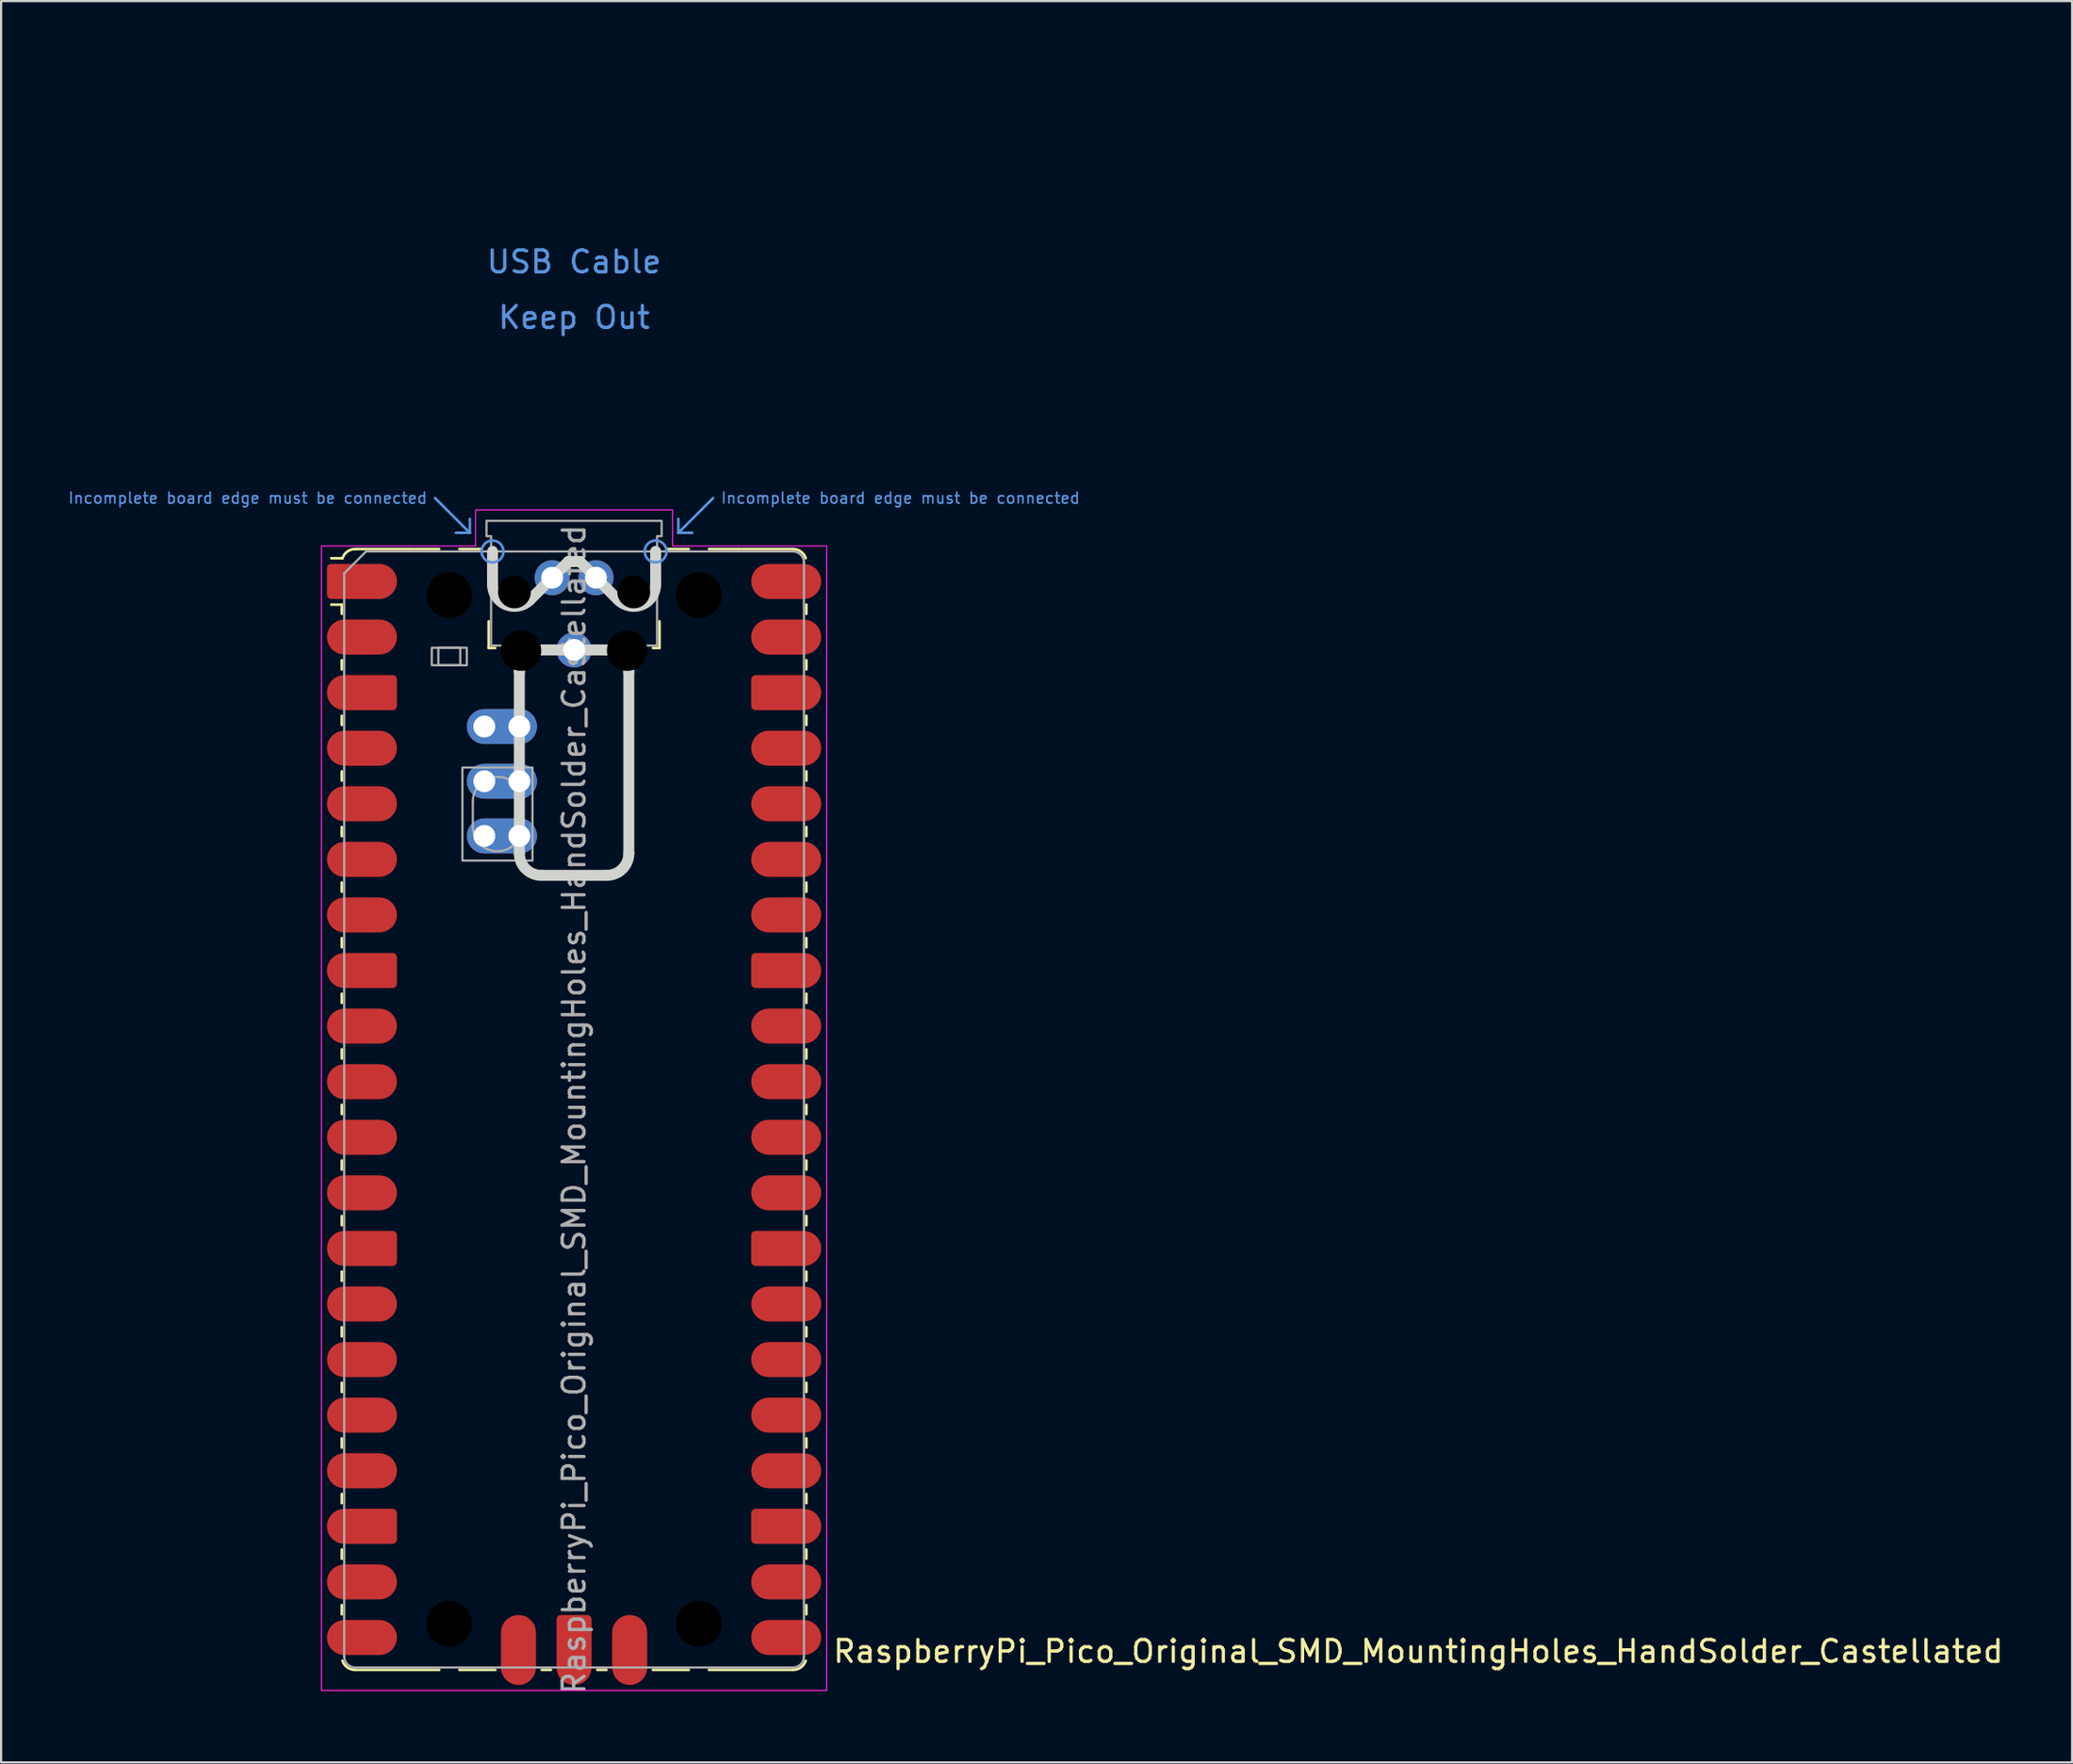
<source format=kicad_pcb>
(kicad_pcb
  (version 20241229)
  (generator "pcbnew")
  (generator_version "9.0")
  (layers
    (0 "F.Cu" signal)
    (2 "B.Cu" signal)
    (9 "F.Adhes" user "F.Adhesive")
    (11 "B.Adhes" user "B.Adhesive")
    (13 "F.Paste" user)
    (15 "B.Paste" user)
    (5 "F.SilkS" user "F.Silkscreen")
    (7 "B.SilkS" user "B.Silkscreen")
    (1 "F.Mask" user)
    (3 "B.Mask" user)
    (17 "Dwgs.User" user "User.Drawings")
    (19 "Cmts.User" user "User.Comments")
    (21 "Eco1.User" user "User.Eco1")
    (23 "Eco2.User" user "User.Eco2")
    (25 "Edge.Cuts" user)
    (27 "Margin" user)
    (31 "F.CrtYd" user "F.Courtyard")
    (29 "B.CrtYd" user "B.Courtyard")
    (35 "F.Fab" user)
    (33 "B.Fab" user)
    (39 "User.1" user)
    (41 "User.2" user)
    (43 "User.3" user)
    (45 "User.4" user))
  (footprint "RaspberryPi_Pico_Original_SMD_MountingHoles_HandSolder_Castellated"
    (layer "F.Cu")
    (at 23.173 47.65)
    (property "Reference" "RaspberryPi_Pico_Original_SMD_MountingHoles_HandSolder_Castellated" (at 11.748 24.765 0) (unlocked yes) (layer "F.SilkS") (effects (font (size 1 1) (thickness 0.15)) (justify left)))
    (attr smd)
    (fp_line (start -10.61 -23.07) (end -11.09 -23.07) (stroke (width 0.12) (type solid)) (layer "F.SilkS"))
    (fp_line (start -10.61 -23.07) (end -10.61 -22.65) (stroke (width 0.12) (type solid)) (layer "F.SilkS"))
    (fp_line (start -10.61 -20.53) (end -10.61 -20.11) (stroke (width 0.12) (type solid)) (layer "F.SilkS"))
    (fp_line (start -10.61 -17.99) (end -10.61 -17.57) (stroke (width 0.12) (type solid)) (layer "F.SilkS"))
    (fp_line (start -10.61 -15.45) (end -10.61 -15.03) (stroke (width 0.12) (type solid)) (layer "F.SilkS"))
    (fp_line (start -10.61 -12.91) (end -10.61 -12.49) (stroke (width 0.12) (type solid)) (layer "F.SilkS"))
    (fp_line (start -10.61 -10.37) (end -10.61 -9.95) (stroke (width 0.12) (type solid)) (layer "F.SilkS"))
    (fp_line (start -10.61 -7.83) (end -10.61 -7.41) (stroke (width 0.12) (type solid)) (layer "F.SilkS"))
    (fp_line (start -10.61 -5.29) (end -10.61 -4.87) (stroke (width 0.12) (type solid)) (layer "F.SilkS"))
    (fp_line (start -10.61 -2.75) (end -10.61 -2.33) (stroke (width 0.12) (type solid)) (layer "F.SilkS"))
    (fp_line (start -10.61 -0.21) (end -10.61 0.21) (stroke (width 0.12) (type solid)) (layer "F.SilkS"))
    (fp_line (start -10.61 2.33) (end -10.61 2.75) (stroke (width 0.12) (type solid)) (layer "F.SilkS"))
    (fp_line (start -10.61 4.87) (end -10.61 5.29) (stroke (width 0.12) (type solid)) (layer "F.SilkS"))
    (fp_line (start -10.61 7.41) (end -10.61 7.83) (stroke (width 0.12) (type solid)) (layer "F.SilkS"))
    (fp_line (start -10.61 9.95) (end -10.61 10.37) (stroke (width 0.12) (type solid)) (layer "F.SilkS"))
    (fp_line (start -10.61 12.49) (end -10.61 12.91) (stroke (width 0.12) (type solid)) (layer "F.SilkS"))
    (fp_line (start -10.61 15.03) (end -10.61 15.45) (stroke (width 0.12) (type solid)) (layer "F.SilkS"))
    (fp_line (start -10.61 17.57) (end -10.61 17.99) (stroke (width 0.12) (type solid)) (layer "F.SilkS"))
    (fp_line (start -10.61 20.11) (end -10.61 20.53) (stroke (width 0.12) (type solid)) (layer "F.SilkS"))
    (fp_line (start -10.61 22.65) (end -10.61 23.07) (stroke (width 0.12) (type solid)) (layer "F.SilkS"))
    (fp_line (start -10.58 -25.19) (end -11.09 -25.19) (stroke (width 0.12) (type solid)) (layer "F.SilkS"))
    (fp_line (start -10 -25.61) (end -7.51 -25.61) (stroke (width 0.12) (type solid)) (layer "F.SilkS"))
    (fp_line (start -10 25.61) (end -6.162 25.61) (stroke (width 0.12) (type solid)) (layer "F.SilkS"))
    (fp_line (start -7.51 -25.61) (end -6.162 -25.61) (stroke (width 0.12) (type solid)) (layer "F.SilkS"))
    (fp_line (start -5.238 -25.61) (end -4.235 -25.61) (stroke (width 0.12) (type solid)) (layer "F.SilkS"))
    (fp_line (start -3.9 -22.306) (end -3.9 -21.09) (stroke (width 0.12) (type solid)) (layer "F.SilkS"))
    (fp_line (start -3.9 -21.09) (end -3.604 -21.09) (stroke (width 0.12) (type solid)) (layer "F.SilkS"))
    (fp_line (start -3.6 25.61) (end -5.238 25.61) (stroke (width 0.12) (type solid)) (layer "F.SilkS"))
    (fp_line (start -1.48 25.61) (end -1.06 25.61) (stroke (width 0.12) (type solid)) (layer "F.SilkS"))
    (fp_line (start 1.06 25.61) (end 1.48 25.61) (stroke (width 0.12) (type solid)) (layer "F.SilkS"))
    (fp_line (start 3.604 -21.09) (end 3.9 -21.09) (stroke (width 0.12) (type solid)) (layer "F.SilkS"))
    (fp_line (start 3.9 -22.306) (end 3.9 -21.09) (stroke (width 0.12) (type solid)) (layer "F.SilkS"))
    (fp_line (start 4.235 -25.61) (end 5.238 -25.61) (stroke (width 0.12) (type solid)) (layer "F.SilkS"))
    (fp_line (start 5.238 25.61) (end 3.6 25.61) (stroke (width 0.12) (type solid)) (layer "F.SilkS"))
    (fp_line (start 6.162 -25.61) (end 7.51 -25.61) (stroke (width 0.12) (type solid)) (layer "F.SilkS"))
    (fp_line (start 6.162 25.61) (end 10 25.61) (stroke (width 0.12) (type solid)) (layer "F.SilkS"))
    (fp_line (start 10 -25.61) (end 7.51 -25.61) (stroke (width 0.12) (type solid)) (layer "F.SilkS"))
    (fp_line (start 10.61 -23.07) (end 10.61 -22.65) (stroke (width 0.12) (type solid)) (layer "F.SilkS"))
    (fp_line (start 10.61 -20.53) (end 10.61 -20.11) (stroke (width 0.12) (type solid)) (layer "F.SilkS"))
    (fp_line (start 10.61 -17.99) (end 10.61 -17.57) (stroke (width 0.12) (type solid)) (layer "F.SilkS"))
    (fp_line (start 10.61 -15.45) (end 10.61 -15.03) (stroke (width 0.12) (type solid)) (layer "F.SilkS"))
    (fp_line (start 10.61 -12.91) (end 10.61 -12.49) (stroke (width 0.12) (type solid)) (layer "F.SilkS"))
    (fp_line (start 10.61 -10.37) (end 10.61 -9.95) (stroke (width 0.12) (type solid)) (layer "F.SilkS"))
    (fp_line (start 10.61 -7.83) (end 10.61 -7.41) (stroke (width 0.12) (type solid)) (layer "F.SilkS"))
    (fp_line (start 10.61 -5.29) (end 10.61 -4.87) (stroke (width 0.12) (type solid)) (layer "F.SilkS"))
    (fp_line (start 10.61 -2.75) (end 10.61 -2.33) (stroke (width 0.12) (type solid)) (layer "F.SilkS"))
    (fp_line (start 10.61 -0.21) (end 10.61 0.21) (stroke (width 0.12) (type solid)) (layer "F.SilkS"))
    (fp_line (start 10.61 2.33) (end 10.61 2.75) (stroke (width 0.12) (type solid)) (layer "F.SilkS"))
    (fp_line (start 10.61 4.87) (end 10.61 5.29) (stroke (width 0.12) (type solid)) (layer "F.SilkS"))
    (fp_line (start 10.61 7.41) (end 10.61 7.83) (stroke (width 0.12) (type solid)) (layer "F.SilkS"))
    (fp_line (start 10.61 9.95) (end 10.61 10.37) (stroke (width 0.12) (type solid)) (layer "F.SilkS"))
    (fp_line (start 10.61 12.49) (end 10.61 12.91) (stroke (width 0.12) (type solid)) (layer "F.SilkS"))
    (fp_line (start 10.61 15.03) (end 10.61 15.45) (stroke (width 0.12) (type solid)) (layer "F.SilkS"))
    (fp_line (start 10.61 17.57) (end 10.61 17.99) (stroke (width 0.12) (type solid)) (layer "F.SilkS"))
    (fp_line (start 10.61 20.11) (end 10.61 20.53) (stroke (width 0.12) (type solid)) (layer "F.SilkS"))
    (fp_line (start 10.61 22.65) (end 10.61 23.07) (stroke (width 0.12) (type solid)) (layer "F.SilkS"))
    (fp_arc (start -10.579676 -25.19) (mid -10.357938 -25.493944) (end -10 -25.61) (stroke (width 0.12) (type solid)) (layer "F.SilkS"))
    (fp_arc (start -10 25.61) (mid -10.357937 25.493944) (end -10.579676 25.189937) (stroke (width 0.12) (type solid)) (layer "F.SilkS"))
    (fp_arc (start 10 -25.61) (mid 10.357937 -25.493944) (end 10.579676 -25.189937) (stroke (width 0.12) (type solid)) (layer "F.SilkS"))
    (fp_arc (start 10.579676 25.189937) (mid 10.357958 25.493991) (end 10 25.61) (stroke (width 0.12) (type solid)) (layer "F.SilkS"))
    (fp_line (start -6.35 -27.94) (end -4.763 -26.352) (stroke (width 0.12) (type solid)) (layer "Cmts.User"))
    (fp_line (start -4.763 -26.352) (end -5.397 -26.352) (stroke (width 0.12) (type solid)) (layer "Cmts.User"))
    (fp_line (start -4.763 -26.352) (end -4.763 -26.988) (stroke (width 0.12) (type solid)) (layer "Cmts.User"))
    (fp_line (start 4.763 -26.352) (end 4.763 -26.988) (stroke (width 0.12) (type solid)) (layer "Cmts.User"))
    (fp_line (start 4.763 -26.352) (end 5.397 -26.352) (stroke (width 0.12) (type solid)) (layer "Cmts.User"))
    (fp_line (start 6.35 -27.94) (end 4.763 -26.352) (stroke (width 0.12) (type solid)) (layer "Cmts.User"))
    (fp_circle (center -3.725 -25.5) (end -3.225 -25.5) (stroke (width 0.12) (type solid)) (fill no) (layer "Cmts.User"))
    (fp_circle (center 3.725 -25.5) (end 3.225 -25.5) (stroke (width 0.12) (type solid)) (fill no) (layer "Cmts.User"))
    (fp_line (start -3.725 -23.989) (end -3.725 -25.5) (stroke (width 0.5) (type solid)) (layer "Edge.Cuts"))
    (fp_line (start -2.5 -20) (end -2.5 -11.7) (stroke (width 0.5) (type solid)) (layer "Edge.Cuts"))
    (fp_line (start -2.018 -23.282) (end -0.258 -25.042) (stroke (width 0.5) (type solid)) (layer "Edge.Cuts"))
    (fp_line (start 0.258 -25.042) (end -0.258 -25.042) (stroke (width 0.5) (type solid)) (layer "Edge.Cuts"))
    (fp_line (start 1.5 -21) (end -1.5 -21) (stroke (width 0.5) (type solid)) (layer "Edge.Cuts"))
    (fp_line (start 1.5 -10.7) (end -1.5 -10.7) (stroke (width 0.5) (type solid)) (layer "Edge.Cuts"))
    (fp_line (start 2.018 -23.282) (end 0.258 -25.042) (stroke (width 0.5) (type solid)) (layer "Edge.Cuts"))
    (fp_line (start 2.5 -11.7) (end 2.5 -20) (stroke (width 0.5) (type solid)) (layer "Edge.Cuts"))
    (fp_line (start 3.725 -23.989) (end 3.725 -25.5) (stroke (width 0.5) (type solid)) (layer "Edge.Cuts"))
    (fp_arc (start -2.5 -20) (mid -2.207118 -20.707118) (end -1.5 -21) (stroke (width 0.5) (type solid)) (layer "Edge.Cuts"))
    (fp_arc (start -2.017893 -23.282106) (mid -3.107711 -23.065266) (end -3.725 -23.989213) (stroke (width 0.5) (type solid)) (layer "Edge.Cuts"))
    (fp_arc (start -1.5 -10.7) (mid -2.20711 -10.99289) (end -2.5 -11.7) (stroke (width 0.5) (type solid)) (layer "Edge.Cuts"))
    (fp_arc (start 1.5 -21) (mid 2.207107 -20.707107) (end 2.5 -20) (stroke (width 0.5) (type solid)) (layer "Edge.Cuts"))
    (fp_arc (start 2.5 -11.7) (mid 2.207095 -10.992905) (end 1.5 -10.7) (stroke (width 0.5) (type solid)) (layer "Edge.Cuts"))
    (fp_arc (start 3.725 -23.989213) (mid 3.107698 -23.06529) (end 2.017893 -23.282106) (stroke (width 0.5) (type solid)) (layer "Edge.Cuts"))
    (fp_poly (pts (xy -4.5 -27.4) (xy 4.5 -27.4) (xy 4.5 -25.75) (xy 11.54 -25.75) (xy 11.54 26.55) (xy -11.54 26.55) (xy -11.54 -25.75) (xy -4.5 -25.75)) (stroke (width 0.05) (type solid)) (fill no) (layer "F.CrtYd"))
    (fp_line (start -10.5 -24.5) (end -9.5 -25.5) (stroke (width 0.1) (type solid)) (layer "F.Fab"))
    (fp_line (start -10.5 25) (end -10.5 -24.5) (stroke (width 0.1) (type solid)) (layer "F.Fab"))
    (fp_line (start -9.5 -25.5) (end 10 -25.5) (stroke (width 0.1) (type solid)) (layer "F.Fab"))
    (fp_line (start -4.625 -14.075) (end -4.625 -12.925) (stroke (width 0.1) (type solid)) (layer "F.Fab"))
    (fp_line (start -2.375 -14.075) (end -2.375 -12.925) (stroke (width 0.1) (type solid)) (layer "F.Fab"))
    (fp_line (start 10 25.5) (end -10 25.5) (stroke (width 0.1) (type solid)) (layer "F.Fab"))
    (fp_line (start 10.5 -25) (end 10.5 25) (stroke (width 0.1) (type solid)) (layer "F.Fab"))
    (fp_rect (start -6.5 -21.1) (end -4.9 -20.3) (stroke (width 0.1) (type solid)) (fill no) (layer "F.Fab"))
    (fp_rect (start -6.2 -21.1) (end -5.2 -20.3) (stroke (width 0.1) (type solid)) (fill no) (layer "F.Fab"))
    (fp_rect (start -5.1 -15.625) (end -1.9 -11.375) (stroke (width 0.1) (type solid)) (fill no) (layer "F.Fab"))
    (fp_arc (start -10 25.5) (mid -10.353553 25.353553) (end -10.5 25) (stroke (width 0.1) (type solid)) (layer "F.Fab"))
    (fp_arc (start -4.625 -14.075) (mid -3.5 -15.2) (end -2.375 -14.075) (stroke (width 0.1) (type solid)) (layer "F.Fab"))
    (fp_arc (start -2.375 -12.925) (mid -3.5 -11.8) (end -4.625 -12.925) (stroke (width 0.1) (type solid)) (layer "F.Fab"))
    (fp_arc (start 10 -25.5) (mid 10.353553 -25.353553) (end 10.5 -25) (stroke (width 0.1) (type solid)) (layer "F.Fab"))
    (fp_arc (start 10.5 25) (mid 10.353553 25.353553) (end 10 25.5) (stroke (width 0.1) (type solid)) (layer "F.Fab"))
    (fp_poly (pts (xy 3.79 -21.2) (xy 3.79 -26.2) (xy 4 -26.2) (xy 4 -26.9) (xy -4 -26.9) (xy -4 -26.2) (xy -3.79 -26.2) (xy -3.79 -21.2)) (stroke (width 0.1) (type solid)) (fill no) (layer "F.Fab"))
    (fp_text user "USB Cable" (at 0 -38.735 0) (unlocked yes) (layer "Cmts.User") (effects (font (size 1 1) (thickness 0.15))))
    (fp_text user "Incomplete board edge must be connected" (at 6.668 -27.94 0) (unlocked yes) (layer "Cmts.User") (effects (font (size 0.5 0.5) (thickness 0.075)) (justify left)))
    (fp_text user "Incomplete board edge must be connected" (at -6.668 -27.94 0) (unlocked yes) (layer "Cmts.User") (effects (font (size 0.5 0.5) (thickness 0.075)) (justify right)))
    (fp_text user "Keep Out" (at 0 -36.195 0) (unlocked yes) (layer "Cmts.User") (effects (font (size 1 1) (thickness 0.15))))
    (fp_text user "${REFERENCE}" (at 0 0 90) (layer "F.Fab") (effects (font (size 1 1) (thickness 0.15))))
    (pad "" np_thru_hole circle (at -5.7 -23.5) (size 3.8 3.8) (drill 2.1) (layers "*.Mask"))
    (pad "" np_thru_hole circle (at -5.7 23.5) (size 3.8 3.8) (drill 2.1) (layers "*.Mask"))
    (pad "" np_thru_hole circle (at -2.725 -23.65) (size 1.5 1.5) (drill 1.5) (layers "*.Mask"))
    (pad "" np_thru_hole circle (at -2.425 -20.97) (size 1.85 1.85) (drill 1.85) (layers "*.Mask"))
    (pad "" np_thru_hole circle (at 2.425 -20.97) (size 1.85 1.85) (drill 1.85) (layers "*.Mask"))
    (pad "" np_thru_hole circle (at 2.725 -23.65) (size 1.5 1.5) (drill 1.5) (layers "*.Mask"))
    (pad "" np_thru_hole circle (at 5.7 -23.5) (size 3.8 3.8) (drill 2.1) (layers "*.Mask"))
    (pad "" np_thru_hole circle (at 5.7 23.5) (size 3.8 3.8) (drill 2.1) (layers "*.Mask"))
    (pad "1" smd custom (at -8.89 -24.13) (size 1.6 1.6) (layers "F.Cu" "F.Mask" "F.Paste") (options (anchor circle)) (primitives (gr_poly (pts (xy -2.4 0.6) (xy -2.4 -0.6) (xy -2.2 -0.8) (xy 0 -0.8) (xy 0 0.8) (xy -2.2 0.8)) (width 0) (fill yes)) (gr_circle (center -2.2 0.6) (end -2 0.6) (width 0) (fill yes)) (gr_circle (center -2.2 -0.6) (end -2 -0.6) (width 0) (fill yes))))
    (pad "2" smd roundrect (at -8.89 -21.59) (size 3.2 1.6) (drill (offset -0.8 0)) (layers "F.Cu" "F.Mask" "F.Paste") (roundrect_rratio 0.5))
    (pad "3" smd custom (at -8.89 -19.05) (size 1.6 1.6) (layers "F.Cu" "F.Mask" "F.Paste") (options (anchor circle)) (primitives (gr_poly (pts (xy 0.8 -0.6) (xy 0.8 0.6) (xy 0.6 0.8) (xy -1.6 0.8) (xy -1.6 -0.8) (xy 0.6 -0.8)) (width 0) (fill yes)) (gr_circle (center 0.6 0.6) (end 0.8 0.6) (width 0) (fill yes)) (gr_circle (center 0.6 -0.6) (end 0.8 -0.6) (width 0) (fill yes)) (gr_circle (center -1.6 0) (end -0.8 0) (width 0) (fill yes))))
    (pad "4" smd roundrect (at -8.89 -16.51) (size 3.2 1.6) (drill (offset -0.8 0)) (layers "F.Cu" "F.Mask" "F.Paste") (roundrect_rratio 0.5))
    (pad "5" smd roundrect (at -8.89 -13.97) (size 3.2 1.6) (drill (offset -0.8 0)) (layers "F.Cu" "F.Mask" "F.Paste") (roundrect_rratio 0.5))
    (pad "6" smd roundrect (at -8.89 -11.43) (size 3.2 1.6) (drill (offset -0.8 0)) (layers "F.Cu" "F.Mask" "F.Paste") (roundrect_rratio 0.5))
    (pad "7" smd roundrect (at -8.89 -8.89) (size 3.2 1.6) (drill (offset -0.8 0)) (layers "F.Cu" "F.Mask" "F.Paste") (roundrect_rratio 0.5))
    (pad "8" smd custom (at -8.89 -6.35) (size 1.6 1.6) (layers "F.Cu" "F.Mask" "F.Paste") (options (anchor circle)) (primitives (gr_poly (pts (xy 0.8 -0.6) (xy 0.8 0.6) (xy 0.6 0.8) (xy -1.6 0.8) (xy -1.6 -0.8) (xy 0.6 -0.8)) (width 0) (fill yes)) (gr_circle (center 0.6 0.6) (end 0.8 0.6) (width 0) (fill yes)) (gr_circle (center 0.6 -0.6) (end 0.8 -0.6) (width 0) (fill yes)) (gr_circle (center -1.6 0) (end -0.8 0) (width 0) (fill yes))))
    (pad "9" smd roundrect (at -8.89 -3.81) (size 3.2 1.6) (drill (offset -0.8 0)) (layers "F.Cu" "F.Mask" "F.Paste") (roundrect_rratio 0.5))
    (pad "10" smd roundrect (at -8.89 -1.27) (size 3.2 1.6) (drill (offset -0.8 0)) (layers "F.Cu" "F.Mask" "F.Paste") (roundrect_rratio 0.5))
    (pad "11" smd roundrect (at -8.89 1.27) (size 3.2 1.6) (drill (offset -0.8 0)) (layers "F.Cu" "F.Mask" "F.Paste") (roundrect_rratio 0.5))
    (pad "12" smd roundrect (at -8.89 3.81) (size 3.2 1.6) (drill (offset -0.8 0)) (layers "F.Cu" "F.Mask" "F.Paste") (roundrect_rratio 0.5))
    (pad "13" smd custom (at -8.89 6.35) (size 1.6 1.6) (layers "F.Cu" "F.Mask" "F.Paste") (options (anchor circle)) (primitives (gr_poly (pts (xy 0.8 -0.6) (xy 0.8 0.6) (xy 0.6 0.8) (xy -1.6 0.8) (xy -1.6 -0.8) (xy 0.6 -0.8)) (width 0) (fill yes)) (gr_circle (center 0.6 0.6) (end 0.8 0.6) (width 0) (fill yes)) (gr_circle (center 0.6 -0.6) (end 0.8 -0.6) (width 0) (fill yes)) (gr_circle (center -1.6 0) (end -0.8 0) (width 0) (fill yes))))
    (pad "14" smd roundrect (at -8.89 8.89) (size 3.2 1.6) (drill (offset -0.8 0)) (layers "F.Cu" "F.Mask" "F.Paste") (roundrect_rratio 0.5))
    (pad "15" smd roundrect (at -8.89 11.43) (size 3.2 1.6) (drill (offset -0.8 0)) (layers "F.Cu" "F.Mask" "F.Paste") (roundrect_rratio 0.5))
    (pad "16" smd roundrect (at -8.89 13.97) (size 3.2 1.6) (drill (offset -0.8 0)) (layers "F.Cu" "F.Mask" "F.Paste") (roundrect_rratio 0.5))
    (pad "17" smd roundrect (at -8.89 16.51) (size 3.2 1.6) (drill (offset -0.8 0)) (layers "F.Cu" "F.Mask" "F.Paste") (roundrect_rratio 0.5))
    (pad "18" smd custom (at -8.89 19.05) (size 1.6 1.6) (layers "F.Cu" "F.Mask" "F.Paste") (options (anchor circle)) (primitives (gr_poly (pts (xy 0.8 -0.6) (xy 0.8 0.6) (xy 0.6 0.8) (xy -1.6 0.8) (xy -1.6 -0.8) (xy 0.6 -0.8)) (width 0) (fill yes)) (gr_circle (center 0.6 0.6) (end 0.8 0.6) (width 0) (fill yes)) (gr_circle (center 0.6 -0.6) (end 0.8 -0.6) (width 0) (fill yes)) (gr_circle (center -1.6 0) (end -0.8 0) (width 0) (fill yes))))
    (pad "19" smd roundrect (at -8.89 21.59) (size 3.2 1.6) (drill (offset -0.8 0)) (layers "F.Cu" "F.Mask" "F.Paste") (roundrect_rratio 0.5))
    (pad "20" smd roundrect (at -8.89 24.13) (size 3.2 1.6) (drill (offset -0.8 0)) (layers "F.Cu" "F.Mask" "F.Paste") (roundrect_rratio 0.5))
    (pad "21" smd roundrect (at 8.89 24.13) (size 3.2 1.6) (drill (offset 0.8 0)) (layers "F.Cu" "F.Mask" "F.Paste") (roundrect_rratio 0.5))
    (pad "22" smd roundrect (at 8.89 21.59) (size 3.2 1.6) (drill (offset 0.8 0)) (layers "F.Cu" "F.Mask" "F.Paste") (roundrect_rratio 0.5))
    (pad "23" smd custom (at 8.89 19.05) (size 1.6 1.6) (layers "F.Cu" "F.Mask" "F.Paste") (options (anchor circle)) (primitives (gr_poly (pts (xy -0.8 -0.6) (xy -0.8 0.6) (xy -0.6 0.8) (xy 1.6 0.8) (xy 1.6 -0.8) (xy -0.6 -0.8)) (width 0) (fill yes)) (gr_circle (center -0.6 0.6) (end -0.4 0.6) (width 0) (fill yes)) (gr_circle (center -0.6 -0.6) (end -0.4 -0.6) (width 0) (fill yes)) (gr_circle (center 1.6 0) (end 2.4 0) (width 0) (fill yes))))
    (pad "24" smd roundrect (at 8.89 16.51) (size 3.2 1.6) (drill (offset 0.8 0)) (layers "F.Cu" "F.Mask" "F.Paste") (roundrect_rratio 0.5))
    (pad "25" smd roundrect (at 8.89 13.97) (size 3.2 1.6) (drill (offset 0.8 0)) (layers "F.Cu" "F.Mask" "F.Paste") (roundrect_rratio 0.5))
    (pad "26" smd roundrect (at 8.89 11.43) (size 3.2 1.6) (drill (offset 0.8 0)) (layers "F.Cu" "F.Mask" "F.Paste") (roundrect_rratio 0.5))
    (pad "27" smd roundrect (at 8.89 8.89) (size 3.2 1.6) (drill (offset 0.8 0)) (layers "F.Cu" "F.Mask" "F.Paste") (roundrect_rratio 0.5))
    (pad "28" smd custom (at 8.89 6.35) (size 1.6 1.6) (layers "F.Cu" "F.Mask" "F.Paste") (options (anchor circle)) (primitives (gr_poly (pts (xy -0.8 -0.6) (xy -0.8 0.6) (xy -0.6 0.8) (xy 1.6 0.8) (xy 1.6 -0.8) (xy -0.6 -0.8)) (width 0) (fill yes)) (gr_circle (center -0.6 0.6) (end -0.4 0.6) (width 0) (fill yes)) (gr_circle (center -0.6 -0.6) (end -0.4 -0.6) (width 0) (fill yes)) (gr_circle (center 1.6 0) (end 2.4 0) (width 0) (fill yes))))
    (pad "29" smd roundrect (at 8.89 3.81) (size 3.2 1.6) (drill (offset 0.8 0)) (layers "F.Cu" "F.Mask" "F.Paste") (roundrect_rratio 0.5))
    (pad "30" smd roundrect (at 8.89 1.27) (size 3.2 1.6) (drill (offset 0.8 0)) (layers "F.Cu" "F.Mask" "F.Paste") (roundrect_rratio 0.5))
    (pad "31" smd roundrect (at 8.89 -1.27) (size 3.2 1.6) (drill (offset 0.8 0)) (layers "F.Cu" "F.Mask" "F.Paste") (roundrect_rratio 0.5))
    (pad "32" smd roundrect (at 8.89 -3.81) (size 3.2 1.6) (drill (offset 0.8 0)) (layers "F.Cu" "F.Mask" "F.Paste") (roundrect_rratio 0.5))
    (pad "33" smd custom (at 8.89 -6.35) (size 1.6 1.6) (layers "F.Cu" "F.Mask" "F.Paste") (options (anchor circle)) (primitives (gr_poly (pts (xy -0.8 -0.6) (xy -0.8 0.6) (xy -0.6 0.8) (xy 1.6 0.8) (xy 1.6 -0.8) (xy -0.6 -0.8)) (width 0) (fill yes)) (gr_circle (center -0.6 0.6) (end -0.4 0.6) (width 0) (fill yes)) (gr_circle (center -0.6 -0.6) (end -0.4 -0.6) (width 0) (fill yes)) (gr_circle (center 1.6 0) (end 2.4 0) (width 0) (fill yes))))
    (pad "34" smd roundrect (at 8.89 -8.89) (size 3.2 1.6) (drill (offset 0.8 0)) (layers "F.Cu" "F.Mask" "F.Paste") (roundrect_rratio 0.5))
    (pad "35" smd roundrect (at 8.89 -11.43) (size 3.2 1.6) (drill (offset 0.8 0)) (layers "F.Cu" "F.Mask" "F.Paste") (roundrect_rratio 0.5))
    (pad "36" smd roundrect (at 8.89 -13.97) (size 3.2 1.6) (drill (offset 0.8 0)) (layers "F.Cu" "F.Mask" "F.Paste") (roundrect_rratio 0.5))
    (pad "37" smd roundrect (at 8.89 -16.51) (size 3.2 1.6) (drill (offset 0.8 0)) (layers "F.Cu" "F.Mask" "F.Paste") (roundrect_rratio 0.5))
    (pad "38" smd custom (at 8.89 -19.05) (size 1.6 1.6) (layers "F.Cu" "F.Mask" "F.Paste") (options (anchor circle)) (primitives (gr_poly (pts (xy -0.8 -0.6) (xy -0.8 0.6) (xy -0.6 0.8) (xy 1.6 0.8) (xy 1.6 -0.8) (xy -0.6 -0.8)) (width 0) (fill yes)) (gr_circle (center -0.6 0.6) (end -0.4 0.6) (width 0) (fill yes)) (gr_circle (center -0.6 -0.6) (end -0.4 -0.6) (width 0) (fill yes)) (gr_circle (center 1.6 0) (end 2.4 0) (width 0) (fill yes))))
    (pad "39" smd roundrect (at 8.89 -21.59) (size 3.2 1.6) (drill (offset 0.8 0)) (layers "F.Cu" "F.Mask" "F.Paste") (roundrect_rratio 0.5))
    (pad "40" smd roundrect (at 8.89 -24.13) (size 3.2 1.6) (drill (offset 0.8 0)) (layers "F.Cu" "F.Mask" "F.Paste") (roundrect_rratio 0.5))
    (pad "D1" smd roundrect (at -2.54 23.9 90) (size 3.2 1.6) (drill (offset -0.8 0)) (layers "F.Cu" "F.Mask" "F.Paste") (roundrect_rratio 0.5))
    (pad "D2" smd custom (at 0 23.9 270) (size 1.6 1.6) (layers "F.Cu" "F.Mask" "F.Paste") (options (anchor circle)) (primitives (gr_poly (pts (xy -0.8 -0.6) (xy -0.8 0.6) (xy -0.6 0.8) (xy 1.6 0.8) (xy 1.6 -0.8) (xy -0.6 -0.8)) (width 0) (fill yes)) (gr_circle (center -0.6 0.6) (end -0.4 0.6) (width 0) (fill yes)) (gr_circle (center -0.6 -0.6) (end -0.4 -0.6) (width 0) (fill yes)) (gr_circle (center 1.6 0) (end 2.4 0) (width 0) (fill yes))))
    (pad "D3" smd roundrect (at 2.54 23.9 90) (size 3.2 1.6) (drill (offset -0.8 0)) (layers "F.Cu" "F.Mask" "F.Paste") (roundrect_rratio 0.5))
    (pad "TP1" thru_hole circle (at 0 -21) (size 1.6 1.6) (drill 1) (property pad_prop_castellated) (layers "*.Cu" "*.Mask"))
    (pad "TP2" thru_hole circle (at 1 -24.3) (size 1.6 1.6) (drill 1) (property pad_prop_castellated) (layers "*.Cu" "*.Mask"))
    (pad "TP3" thru_hole circle (at -1 -24.3) (size 1.6 1.6) (drill 1) (property pad_prop_castellated) (layers "*.Cu" "*.Mask"))
    (pad "TP4" thru_hole roundrect (at -4.1 -17.5) (size 3.2 1.6) (drill 1 (offset 0.8 0)) (property pad_prop_castellated) (layers "*.Cu" "*.Mask") (roundrect_rratio 0.5))
    (pad "TP4" thru_hole circle (at -2.5 -17.5) (size 1.6 1.6) (drill 1) (property pad_prop_castellated) (layers "*.Cu" "*.Mask"))
    (pad "TP5" thru_hole roundrect (at -4.1 -15) (size 3.2 1.6) (drill 1 (offset 0.8 0)) (property pad_prop_castellated) (layers "*.Cu" "*.Mask") (roundrect_rratio 0.5))
    (pad "TP5" thru_hole circle (at -2.5 -15) (size 1.6 1.6) (drill 1) (property pad_prop_castellated) (layers "*.Cu" "*.Mask"))
    (pad "TP6" thru_hole roundrect (at -4.1 -12.5) (size 3.2 1.6) (drill 1 (offset 0.8 0)) (property pad_prop_castellated) (layers "*.Cu" "*.Mask") (roundrect_rratio 0.5))
    (pad "TP6" thru_hole circle (at -2.5 -12.5) (size 1.6 1.6) (drill 1) (property pad_prop_castellated) (layers "*.Cu" "*.Mask"))
    (zone (net_name "") (layer "Edge.Cuts") (name "Board Keep Out USB Cable") (hatch edge 0.5) (connect_pads) (min_thickness 0.254) (filled_areas_thickness no) (keepout (tracks allowed) (vias allowed) (pads allowed) (copperpour allowed) (footprints allowed)) (placement (enabled no)) (fill) (polygon (pts (xy 16.973 0) (xy 29.373 0) (xy 29.373 20.4) (xy 16.973 20.4))))
    (zone (net_name "") (layer "Edge.Cuts") (name "Board Keep Out Castellated TP") (hatch edge 0.5) (connect_pads) (min_thickness 0.254) (filled_areas_thickness no) (keepout (tracks allowed) (vias allowed) (pads allowed) (copperpour allowed) (footprints allowed)) (placement (enabled no)) (fill) (polygon (pts (arc (start 24.673447 36.95) (mid 25.380554 36.657107) (end 25.673447 35.95)) (arc (start 25.673447 27.65) (mid 25.380554 26.942893) (end 24.673447 26.65)) (arc (start 21.673447 26.65) (mid 20.96634 26.942893) (end 20.673447 27.65)) (arc (start 20.673447 35.95) (mid 20.966343 36.657104) (end 21.673447 36.95)))))
    (zone (net_name "") (layer "Edge.Cuts") (name "Board Keep Out Castellated USB") (hatch edge 0.5) (connect_pads) (min_thickness 0.25) (filled_areas_thickness no) (keepout (tracks allowed) (vias allowed) (pads allowed) (copperpour allowed) (footprints allowed)) (placement (enabled no)) (fill) (polygon (pts (arc (start 20.448447 20.607538) (mid 19.74134 20.900431) (end 19.448447 21.607538)) (arc (start 19.448447 23.660787) (mid 20.065759 24.584679) (end 21.155554 24.367894)) (xy 22.916 22.608) (xy 23.431 22.608) (arc (start 25.19134 24.367894) (mid 26.281135 24.584679) (end 26.898447 23.660787)) (arc (start 26.898447 21.607538) (mid 26.605554 20.900431) (end 25.898447 20.607538)))))
    (zone (net_name "") (layer "F.CrtYd") (name "USB Cable Keep Out") (hatch full 0.5) (connect_pads) (min_thickness 0.254) (filled_areas_thickness no) (keepout (tracks allowed) (vias allowed) (pads allowed) (copperpour allowed) (footprints not_allowed)) (placement (enabled no)) (fill) (polygon (pts (xy 17.423 19.95) (xy 19.233 19.95) (xy 19.233 20.25) (xy 27.113 20.25) (xy 27.113 19.95) (xy 28.923 19.95) (xy 28.923 0.45) (xy 17.423 0.45)))))
  (gr_rect
    (start -3 -3)
    (end 91.6 77.489)
    (stroke (width 0.1) (type default))
    (fill no)
    (layer "Edge.Cuts")))
</source>
